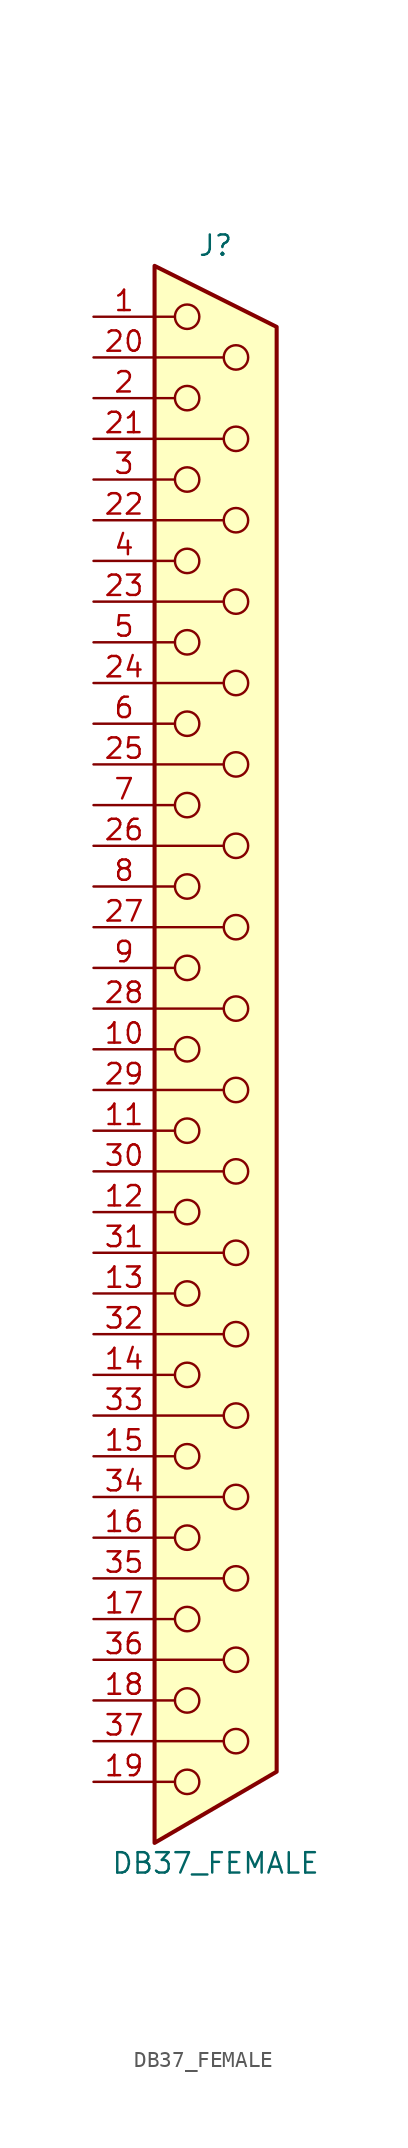
<source format=kicad_sym>
(kicad_symbol_lib
  (version 20211014)
  (generator kicad_symbol_editor)
  (symbol "DB37_FEMALE"
    (pin_names
      (offset 1.016) hide)
    (property "Reference" "J"
      (at 0 50.165 0)
      (effects (font (size 1.27 1.27))))
    (property "Value" "DB37_FEMALE"
      (at 0 -50.8 0)
      (effects (font (size 1.27 1.27))))
    (symbol "DB37_FEMALE_0_1"
      (circle (center -1.778 -45.72) (radius 0.762) (stroke (width 0) (type default) (color 0 0 0 0)) (fill (type none)))
      (circle (center -1.778 -40.64) (radius 0.762) (stroke (width 0) (type default) (color 0 0 0 0)) (fill (type none)))
      (circle (center -1.778 -35.56) (radius 0.762) (stroke (width 0) (type default) (color 0 0 0 0)) (fill (type none)))
      (circle (center -1.778 -30.48) (radius 0.762) (stroke (width 0) (type default) (color 0 0 0 0)) (fill (type none)))
      (circle (center -1.778 -25.4) (radius 0.762) (stroke (width 0) (type default) (color 0 0 0 0)) (fill (type none)))
      (circle (center -1.778 -20.32) (radius 0.762) (stroke (width 0) (type default) (color 0 0 0 0)) (fill (type none)))
      (circle (center -1.778 -15.24) (radius 0.762) (stroke (width 0) (type default) (color 0 0 0 0)) (fill (type none)))
      (circle (center -1.778 -10.16) (radius 0.762) (stroke (width 0) (type default) (color 0 0 0 0)) (fill (type none)))
      (circle (center -1.778 -5.08) (radius 0.762) (stroke (width 0) (type default) (color 0 0 0 0)) (fill (type none)))
      (circle (center -1.778 0) (radius 0.762) (stroke (width 0) (type default) (color 0 0 0 0)) (fill (type none)))
      (circle (center -1.778 5.08) (radius 0.762) (stroke (width 0) (type default) (color 0 0 0 0)) (fill (type none)))
      (circle (center -1.778 10.16) (radius 0.762) (stroke (width 0) (type default) (color 0 0 0 0)) (fill (type none)))
      (circle (center -1.778 15.24) (radius 0.762) (stroke (width 0) (type default) (color 0 0 0 0)) (fill (type none)))
      (circle (center -1.778 20.32) (radius 0.762) (stroke (width 0) (type default) (color 0 0 0 0)) (fill (type none)))
      (circle (center -1.778 25.4) (radius 0.762) (stroke (width 0) (type default) (color 0 0 0 0)) (fill (type none)))
      (circle (center -1.778 30.48) (radius 0.762) (stroke (width 0) (type default) (color 0 0 0 0)) (fill (type none)))
      (circle (center -1.778 35.56) (radius 0.762) (stroke (width 0) (type default) (color 0 0 0 0)) (fill (type none)))
      (circle (center -1.778 40.64) (radius 0.762) (stroke (width 0) (type default) (color 0 0 0 0)) (fill (type none)))
      (circle (center -1.778 45.72) (radius 0.762) (stroke (width 0) (type default) (color 0 0 0 0)) (fill (type none)))
      (polyline (pts (xy -3.81 -45.72) (xy -2.54 -45.72)) (stroke (width 0) (type default) (color 0 0 0 0)) (fill (type none)))
      (polyline (pts (xy -3.81 -43.18) (xy 0.508 -43.18)) (stroke (width 0) (type default) (color 0 0 0 0)) (fill (type none)))
      (polyline (pts (xy -3.81 -40.64) (xy -2.54 -40.64)) (stroke (width 0) (type default) (color 0 0 0 0)) (fill (type none)))
      (polyline (pts (xy -3.81 -38.1) (xy 0.508 -38.1)) (stroke (width 0) (type default) (color 0 0 0 0)) (fill (type none)))
      (polyline (pts (xy -3.81 -35.56) (xy -2.54 -35.56)) (stroke (width 0) (type default) (color 0 0 0 0)) (fill (type none)))
      (polyline (pts (xy -3.81 -33.02) (xy 0.508 -33.02)) (stroke (width 0) (type default) (color 0 0 0 0)) (fill (type none)))
      (polyline (pts (xy -3.81 -30.48) (xy -2.54 -30.48)) (stroke (width 0) (type default) (color 0 0 0 0)) (fill (type none)))
      (polyline (pts (xy -3.81 -27.94) (xy 0.508 -27.94)) (stroke (width 0) (type default) (color 0 0 0 0)) (fill (type none)))
      (polyline (pts (xy -3.81 -25.4) (xy -2.54 -25.4)) (stroke (width 0) (type default) (color 0 0 0 0)) (fill (type none)))
      (polyline (pts (xy -3.81 -22.86) (xy 0.508 -22.86)) (stroke (width 0) (type default) (color 0 0 0 0)) (fill (type none)))
      (polyline (pts (xy -3.81 -20.32) (xy -2.54 -20.32)) (stroke (width 0) (type default) (color 0 0 0 0)) (fill (type none)))
      (polyline (pts (xy -3.81 -17.78) (xy 0.508 -17.78)) (stroke (width 0) (type default) (color 0 0 0 0)) (fill (type none)))
      (polyline (pts (xy -3.81 -15.24) (xy -2.54 -15.24)) (stroke (width 0) (type default) (color 0 0 0 0)) (fill (type none)))
      (polyline (pts (xy -3.81 -12.7) (xy 0.508 -12.7)) (stroke (width 0) (type default) (color 0 0 0 0)) (fill (type none)))
      (polyline (pts (xy -3.81 -10.16) (xy -2.54 -10.16)) (stroke (width 0) (type default) (color 0 0 0 0)) (fill (type none)))
      (polyline (pts (xy -3.81 -7.62) (xy 0.508 -7.62)) (stroke (width 0) (type default) (color 0 0 0 0)) (fill (type none)))
      (polyline (pts (xy -3.81 -5.08) (xy -2.54 -5.08)) (stroke (width 0) (type default) (color 0 0 0 0)) (fill (type none)))
      (polyline (pts (xy -3.81 -2.54) (xy 0.508 -2.54)) (stroke (width 0) (type default) (color 0 0 0 0)) (fill (type none)))
      (polyline (pts (xy -3.81 0) (xy -2.54 0)) (stroke (width 0) (type default) (color 0 0 0 0)) (fill (type none)))
      (polyline (pts (xy -3.81 2.54) (xy 0.508 2.54)) (stroke (width 0) (type default) (color 0 0 0 0)) (fill (type none)))
      (polyline (pts (xy -3.81 5.08) (xy -2.54 5.08)) (stroke (width 0) (type default) (color 0 0 0 0)) (fill (type none)))
      (polyline (pts (xy -3.81 7.62) (xy 0.508 7.62)) (stroke (width 0) (type default) (color 0 0 0 0)) (fill (type none)))
      (polyline (pts (xy -3.81 10.16) (xy -2.54 10.16)) (stroke (width 0) (type default) (color 0 0 0 0)) (fill (type none)))
      (polyline (pts (xy -3.81 12.7) (xy 0.508 12.7)) (stroke (width 0) (type default) (color 0 0 0 0)) (fill (type none)))
      (polyline (pts (xy -3.81 15.24) (xy -2.54 15.24)) (stroke (width 0) (type default) (color 0 0 0 0)) (fill (type none)))
      (polyline (pts (xy -3.81 17.78) (xy 0.508 17.78)) (stroke (width 0) (type default) (color 0 0 0 0)) (fill (type none)))
      (polyline (pts (xy -3.81 20.32) (xy -2.54 20.32)) (stroke (width 0) (type default) (color 0 0 0 0)) (fill (type none)))
      (polyline (pts (xy -3.81 22.86) (xy 0.508 22.86)) (stroke (width 0) (type default) (color 0 0 0 0)) (fill (type none)))
      (polyline (pts (xy -3.81 25.4) (xy -2.54 25.4)) (stroke (width 0) (type default) (color 0 0 0 0)) (fill (type none)))
      (polyline (pts (xy -3.81 27.94) (xy 0.508 27.94)) (stroke (width 0) (type default) (color 0 0 0 0)) (fill (type none)))
      (polyline (pts (xy -3.81 30.48) (xy -2.54 30.48)) (stroke (width 0) (type default) (color 0 0 0 0)) (fill (type none)))
      (polyline (pts (xy -3.81 33.02) (xy 0.508 33.02)) (stroke (width 0) (type default) (color 0 0 0 0)) (fill (type none)))
      (polyline (pts (xy -3.81 35.56) (xy -2.54 35.56)) (stroke (width 0) (type default) (color 0 0 0 0)) (fill (type none)))
      (polyline (pts (xy -3.81 38.1) (xy 0.508 38.1)) (stroke (width 0) (type default) (color 0 0 0 0)) (fill (type none)))
      (polyline (pts (xy -3.81 40.64) (xy -2.54 40.64)) (stroke (width 0) (type default) (color 0 0 0 0)) (fill (type none)))
      (polyline (pts (xy -3.81 43.18) (xy 0.508 43.18)) (stroke (width 0) (type default) (color 0 0 0 0)) (fill (type none)))
      (polyline (pts (xy -3.81 45.72) (xy -2.54 45.72)) (stroke (width 0) (type default) (color 0 0 0 0)) (fill (type none)))
      (polyline (pts (xy -3.81 -49.53) (xy 3.81 -45.085) (xy 3.81 45.085) (xy -3.81 48.895) (xy -3.81 -49.53)) (stroke (width 0.254) (type default) (color 0 0 0 0)) (fill (type background)))
      (circle (center 1.27 -43.18) (radius 0.762) (stroke (width 0) (type default) (color 0 0 0 0)) (fill (type none)))
      (circle (center 1.27 -38.1) (radius 0.762) (stroke (width 0) (type default) (color 0 0 0 0)) (fill (type none)))
      (circle (center 1.27 -33.02) (radius 0.762) (stroke (width 0) (type default) (color 0 0 0 0)) (fill (type none)))
      (circle (center 1.27 -27.94) (radius 0.762) (stroke (width 0) (type default) (color 0 0 0 0)) (fill (type none)))
      (circle (center 1.27 -22.86) (radius 0.762) (stroke (width 0) (type default) (color 0 0 0 0)) (fill (type none)))
      (circle (center 1.27 -17.78) (radius 0.762) (stroke (width 0) (type default) (color 0 0 0 0)) (fill (type none)))
      (circle (center 1.27 -12.7) (radius 0.762) (stroke (width 0) (type default) (color 0 0 0 0)) (fill (type none)))
      (circle (center 1.27 -7.62) (radius 0.762) (stroke (width 0) (type default) (color 0 0 0 0)) (fill (type none)))
      (circle (center 1.27 -2.54) (radius 0.762) (stroke (width 0) (type default) (color 0 0 0 0)) (fill (type none)))
      (circle (center 1.27 2.54) (radius 0.762) (stroke (width 0) (type default) (color 0 0 0 0)) (fill (type none)))
      (circle (center 1.27 7.62) (radius 0.762) (stroke (width 0) (type default) (color 0 0 0 0)) (fill (type none)))
      (circle (center 1.27 12.7) (radius 0.762) (stroke (width 0) (type default) (color 0 0 0 0)) (fill (type none)))
      (circle (center 1.27 17.78) (radius 0.762) (stroke (width 0) (type default) (color 0 0 0 0)) (fill (type none)))
      (circle (center 1.27 22.86) (radius 0.762) (stroke (width 0) (type default) (color 0 0 0 0)) (fill (type none)))
      (circle (center 1.27 27.94) (radius 0.762) (stroke (width 0) (type default) (color 0 0 0 0)) (fill (type none)))
      (circle (center 1.27 33.02) (radius 0.762) (stroke (width 0) (type default) (color 0 0 0 0)) (fill (type none)))
      (circle (center 1.27 38.1) (radius 0.762) (stroke (width 0) (type default) (color 0 0 0 0)) (fill (type none)))
      (circle (center 1.27 43.18) (radius 0.762) (stroke (width 0) (type default) (color 0 0 0 0)) (fill (type none))))
    (symbol "DB37_FEMALE_1_1"
      (pin passive line (at -7.62 45.72 0) (length 3.81) (name "1" (effects (font (size 1.27 1.27)))) (number "1" (effects (font (size 1.27 1.27)))))
      (pin passive line (at -7.62 0 0) (length 3.81) (name "10" (effects (font (size 1.27 1.27)))) (number "10" (effects (font (size 1.27 1.27)))))
      (pin passive line (at -7.62 -5.08 0) (length 3.81) (name "11" (effects (font (size 1.27 1.27)))) (number "11" (effects (font (size 1.27 1.27)))))
      (pin passive line (at -7.62 -10.16 0) (length 3.81) (name "12" (effects (font (size 1.27 1.27)))) (number "12" (effects (font (size 1.27 1.27)))))
      (pin passive line (at -7.62 -15.24 0) (length 3.81) (name "13" (effects (font (size 1.27 1.27)))) (number "13" (effects (font (size 1.27 1.27)))))
      (pin passive line (at -7.62 -20.32 0) (length 3.81) (name "14" (effects (font (size 1.27 1.27)))) (number "14" (effects (font (size 1.27 1.27)))))
      (pin passive line (at -7.62 -25.4 0) (length 3.81) (name "15" (effects (font (size 1.27 1.27)))) (number "15" (effects (font (size 1.27 1.27)))))
      (pin passive line (at -7.62 -30.48 0) (length 3.81) (name "16" (effects (font (size 1.27 1.27)))) (number "16" (effects (font (size 1.27 1.27)))))
      (pin passive line (at -7.62 -35.56 0) (length 3.81) (name "17" (effects (font (size 1.27 1.27)))) (number "17" (effects (font (size 1.27 1.27)))))
      (pin passive line (at -7.62 -40.64 0) (length 3.81) (name "18" (effects (font (size 1.27 1.27)))) (number "18" (effects (font (size 1.27 1.27)))))
      (pin passive line (at -7.62 -45.72 0) (length 3.81) (name "19" (effects (font (size 1.27 1.27)))) (number "19" (effects (font (size 1.27 1.27)))))
      (pin passive line (at -7.62 40.64 0) (length 3.81) (name "2" (effects (font (size 1.27 1.27)))) (number "2" (effects (font (size 1.27 1.27)))))
      (pin passive line (at -7.62 43.18 0) (length 3.81) (name "20" (effects (font (size 1.27 1.27)))) (number "20" (effects (font (size 1.27 1.27)))))
      (pin passive line (at -7.62 38.1 0) (length 3.81) (name "21" (effects (font (size 1.27 1.27)))) (number "21" (effects (font (size 1.27 1.27)))))
      (pin passive line (at -7.62 33.02 0) (length 3.81) (name "22" (effects (font (size 1.27 1.27)))) (number "22" (effects (font (size 1.27 1.27)))))
      (pin passive line (at -7.62 27.94 0) (length 3.81) (name "23" (effects (font (size 1.27 1.27)))) (number "23" (effects (font (size 1.27 1.27)))))
      (pin passive line (at -7.62 22.86 0) (length 3.81) (name "24" (effects (font (size 1.27 1.27)))) (number "24" (effects (font (size 1.27 1.27)))))
      (pin passive line (at -7.62 17.78 0) (length 3.81) (name "25" (effects (font (size 1.27 1.27)))) (number "25" (effects (font (size 1.27 1.27)))))
      (pin passive line (at -7.62 12.7 0) (length 3.81) (name "26" (effects (font (size 1.27 1.27)))) (number "26" (effects (font (size 1.27 1.27)))))
      (pin passive line (at -7.62 7.62 0) (length 3.81) (name "27" (effects (font (size 1.27 1.27)))) (number "27" (effects (font (size 1.27 1.27)))))
      (pin passive line (at -7.62 2.54 0) (length 3.81) (name "28" (effects (font (size 1.27 1.27)))) (number "28" (effects (font (size 1.27 1.27)))))
      (pin passive line (at -7.62 -2.54 0) (length 3.81) (name "29" (effects (font (size 1.27 1.27)))) (number "29" (effects (font (size 1.27 1.27)))))
      (pin passive line (at -7.62 35.56 0) (length 3.81) (name "3" (effects (font (size 1.27 1.27)))) (number "3" (effects (font (size 1.27 1.27)))))
      (pin passive line (at -7.62 -7.62 0) (length 3.81) (name "30" (effects (font (size 1.27 1.27)))) (number "30" (effects (font (size 1.27 1.27)))))
      (pin passive line (at -7.62 -12.7 0) (length 3.81) (name "31" (effects (font (size 1.27 1.27)))) (number "31" (effects (font (size 1.27 1.27)))))
      (pin passive line (at -7.62 -17.78 0) (length 3.81) (name "32" (effects (font (size 1.27 1.27)))) (number "32" (effects (font (size 1.27 1.27)))))
      (pin passive line (at -7.62 -22.86 0) (length 3.81) (name "33" (effects (font (size 1.27 1.27)))) (number "33" (effects (font (size 1.27 1.27)))))
      (pin passive line (at -7.62 -27.94 0) (length 3.81) (name "34" (effects (font (size 1.27 1.27)))) (number "34" (effects (font (size 1.27 1.27)))))
      (pin passive line (at -7.62 -33.02 0) (length 3.81) (name "35" (effects (font (size 1.27 1.27)))) (number "35" (effects (font (size 1.27 1.27)))))
      (pin passive line (at -7.62 -38.1 0) (length 3.81) (name "36" (effects (font (size 1.27 1.27)))) (number "36" (effects (font (size 1.27 1.27)))))
      (pin passive line (at -7.62 -43.18 0) (length 3.81) (name "37" (effects (font (size 1.27 1.27)))) (number "37" (effects (font (size 1.27 1.27)))))
      (pin passive line (at -7.62 30.48 0) (length 3.81) (name "4" (effects (font (size 1.27 1.27)))) (number "4" (effects (font (size 1.27 1.27)))))
      (pin passive line (at -7.62 25.4 0) (length 3.81) (name "5" (effects (font (size 1.27 1.27)))) (number "5" (effects (font (size 1.27 1.27)))))
      (pin passive line (at -7.62 20.32 0) (length 3.81) (name "6" (effects (font (size 1.27 1.27)))) (number "6" (effects (font (size 1.27 1.27)))))
      (pin passive line (at -7.62 15.24 0) (length 3.81) (name "7" (effects (font (size 1.27 1.27)))) (number "7" (effects (font (size 1.27 1.27)))))
      (pin passive line (at -7.62 10.16 0) (length 3.81) (name "8" (effects (font (size 1.27 1.27)))) (number "8" (effects (font (size 1.27 1.27)))))
      (pin passive line (at -7.62 5.08 0) (length 3.81) (name "9" (effects (font (size 1.27 1.27)))) (number "9" (effects (font (size 1.27 1.27))))))))
</source>
